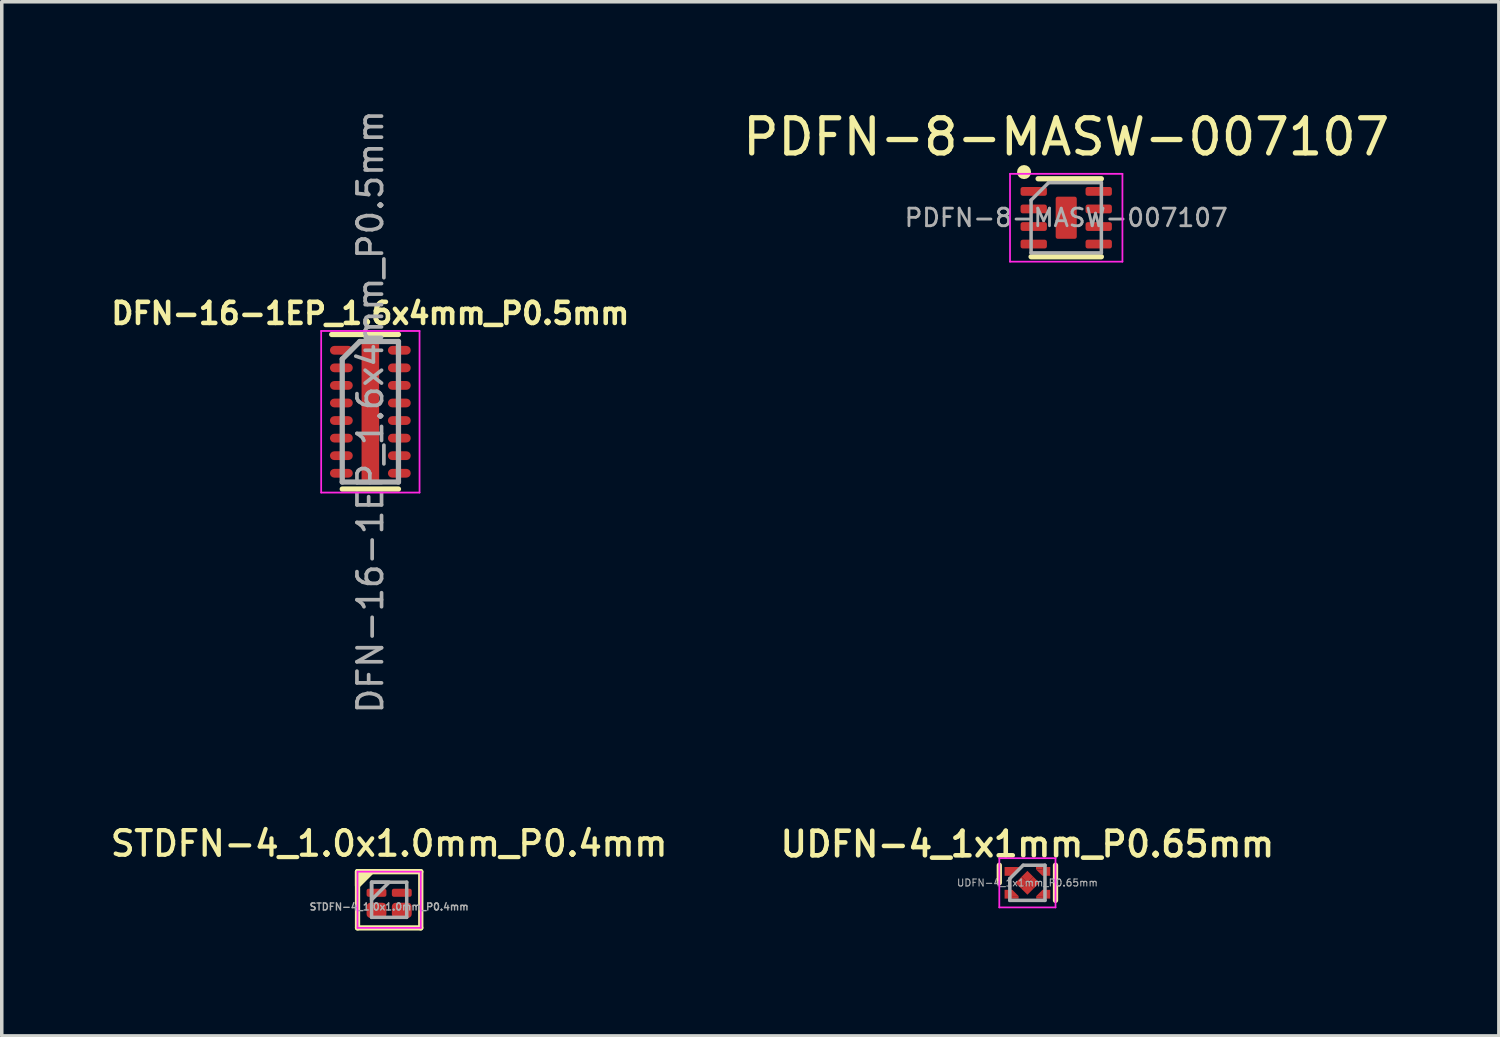
<source format=kicad_pcb>
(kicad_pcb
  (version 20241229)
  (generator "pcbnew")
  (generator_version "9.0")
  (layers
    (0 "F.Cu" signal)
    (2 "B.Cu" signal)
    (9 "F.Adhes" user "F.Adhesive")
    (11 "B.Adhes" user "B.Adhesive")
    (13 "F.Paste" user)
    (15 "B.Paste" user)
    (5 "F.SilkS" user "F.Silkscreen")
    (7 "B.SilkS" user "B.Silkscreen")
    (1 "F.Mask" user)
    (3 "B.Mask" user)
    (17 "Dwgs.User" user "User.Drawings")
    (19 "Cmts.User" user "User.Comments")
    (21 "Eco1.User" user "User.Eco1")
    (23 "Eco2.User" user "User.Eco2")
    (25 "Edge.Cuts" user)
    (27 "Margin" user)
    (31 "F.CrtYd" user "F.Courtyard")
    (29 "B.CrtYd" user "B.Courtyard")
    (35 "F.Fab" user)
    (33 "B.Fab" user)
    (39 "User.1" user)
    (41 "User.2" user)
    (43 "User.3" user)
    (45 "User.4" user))
  (footprint "STDFN-4_1.0x1.0mm_P0.4mm"
    (layer "F.Cu")
    (at 8.027 22.562)
    (property "Reference" "STDFN-4_1.0x1.0mm_P0.4mm" (at 0 -1.6 0) (unlocked yes) (layer "F.SilkS") (effects (font (size 0.7 0.7) (thickness 0.12))))
    (attr smd)
    (fp_line (start -0.9 -0.8) (end 0.9 -0.8) (stroke (width 0.15) (type solid)) (layer "F.SilkS"))
    (fp_line (start -0.9 0.8) (end -0.9 -0.8) (stroke (width 0.15) (type solid)) (layer "F.SilkS"))
    (fp_line (start 0.9 -0.8) (end 0.9 0.8) (stroke (width 0.15) (type solid)) (layer "F.SilkS"))
    (fp_line (start 0.9 0.8) (end -0.9 0.8) (stroke (width 0.15) (type solid)) (layer "F.SilkS"))
    (fp_poly (pts (xy -0.9 -0.4) (xy -0.9 -0.8) (xy -0.5 -0.8)) (stroke (width 0.15) (type solid)) (fill yes) (layer "F.SilkS"))
    (fp_line (start -0.9 -0.8) (end 0.9 -0.8) (stroke (width 0.05) (type solid)) (layer "F.CrtYd"))
    (fp_line (start -0.9 0.8) (end -0.9 -0.8) (stroke (width 0.05) (type solid)) (layer "F.CrtYd"))
    (fp_line (start 0.9 -0.8) (end 0.9 0.8) (stroke (width 0.05) (type solid)) (layer "F.CrtYd"))
    (fp_line (start 0.9 0.8) (end -0.9 0.8) (stroke (width 0.05) (type solid)) (layer "F.CrtYd"))
    (fp_line (start -0.5 -0.5) (end 0.5 -0.5) (stroke (width 0.1) (type solid)) (layer "F.Fab"))
    (fp_line (start -0.5 0.5) (end -0.5 -0.5) (stroke (width 0.1) (type solid)) (layer "F.Fab"))
    (fp_line (start 0.5 -0.5) (end 0.5 0.5) (stroke (width 0.1) (type solid)) (layer "F.Fab"))
    (fp_line (start 0.5 0.5) (end -0.5 0.5) (stroke (width 0.1) (type solid)) (layer "F.Fab"))
    (fp_poly (pts (xy -0.5 0) (xy -0.5 -0.5) (xy 0 -0.5)) (stroke (width 0.1) (type solid)) (fill no) (layer "F.Fab"))
    (fp_text user "${REFERENCE}" (at 0 0.2 0) (unlocked yes) (layer "F.Fab") (effects (font (size 0.2 0.2) (thickness 0.04))))
    (pad "1" smd roundrect (at -0.36 -0.2) (size 0.565 0.23) (layers "F.Cu" "F.Mask" "F.Paste") (roundrect_rratio 0.25))
    (pad "2" smd roundrect (at -0.36 0.3) (size 0.565 0.43) (layers "F.Cu" "F.Mask" "F.Paste") (roundrect_rratio 0.25))
    (pad "3" smd roundrect (at 0.36 0.3) (size 0.565 0.43) (layers "F.Cu" "F.Mask" "F.Paste") (roundrect_rratio 0.25))
    (pad "4" smd roundrect (at 0.36 -0.2) (size 0.565 0.23) (layers "F.Cu" "F.Mask" "F.Paste") (roundrect_rratio 0.25)))
  (footprint "DFN-16-1EP_1.6x4mm_P0.5mm"
    (layer "F.Cu")
    (at 7.492 8.671)
    (property "Reference" "DFN-16-1EP_1.6x4mm_P0.5mm" (at 0 -2.8 0) (layer "F.SilkS") (effects (font (size 0.6 0.6) (thickness 0.13))))
    (attr smd)
    (fp_line (start -1.1 -2.2) (end 0.8 -2.2) (stroke (width 0.15) (type solid)) (layer "F.SilkS"))
    (fp_line (start -0.8 2.2) (end 0.8 2.2) (stroke (width 0.15) (type solid)) (layer "F.SilkS"))
    (fp_line (start -1.4 -2.3) (end -1.4 2.3) (stroke (width 0.05) (type solid)) (layer "F.CrtYd"))
    (fp_line (start -1.4 -2.3) (end 1.4 -2.3) (stroke (width 0.05) (type solid)) (layer "F.CrtYd"))
    (fp_line (start -1.4 2.3) (end 1.4 2.3) (stroke (width 0.05) (type solid)) (layer "F.CrtYd"))
    (fp_line (start 1.4 -2.3) (end 1.4 2.3) (stroke (width 0.05) (type solid)) (layer "F.CrtYd"))
    (fp_line (start -0.8 -1.5) (end -0.3 -2) (stroke (width 0.15) (type solid)) (layer "F.Fab"))
    (fp_line (start -0.8 2) (end -0.8 -1.5) (stroke (width 0.15) (type solid)) (layer "F.Fab"))
    (fp_line (start -0.3 -2) (end 0.8 -2) (stroke (width 0.15) (type solid)) (layer "F.Fab"))
    (fp_line (start 0.8 -2) (end 0.8 2) (stroke (width 0.15) (type solid)) (layer "F.Fab"))
    (fp_line (start 0.8 2) (end -0.8 2) (stroke (width 0.15) (type solid)) (layer "F.Fab"))
    (fp_text user "${REFERENCE}" (at 0 0 90) (layer "F.Fab") (effects (font (size 0.7 0.7) (thickness 0.105))))
    (pad "1" smd roundrect (at -0.825 -1.75) (size 0.65 0.25) (layers "F.Cu" "F.Mask" "F.Paste") (roundrect_rratio 0.5))
    (pad "2" smd roundrect (at -0.825 -1.25) (size 0.65 0.25) (layers "F.Cu" "F.Mask" "F.Paste") (roundrect_rratio 0.5))
    (pad "3" smd roundrect (at -0.825 -0.75) (size 0.65 0.25) (layers "F.Cu" "F.Mask" "F.Paste") (roundrect_rratio 0.5))
    (pad "4" smd roundrect (at -0.825 -0.25) (size 0.65 0.25) (layers "F.Cu" "F.Mask" "F.Paste") (roundrect_rratio 0.5))
    (pad "5" smd roundrect (at -0.825 0.25) (size 0.65 0.25) (layers "F.Cu" "F.Mask" "F.Paste") (roundrect_rratio 0.5))
    (pad "6" smd roundrect (at -0.825 0.75) (size 0.65 0.25) (layers "F.Cu" "F.Mask" "F.Paste") (roundrect_rratio 0.5))
    (pad "7" smd roundrect (at -0.825 1.25) (size 0.65 0.25) (layers "F.Cu" "F.Mask" "F.Paste") (roundrect_rratio 0.5))
    (pad "8" smd roundrect (at -0.825 1.75) (size 0.65 0.25) (layers "F.Cu" "F.Mask" "F.Paste") (roundrect_rratio 0.5))
    (pad "9" smd roundrect (at 0.825 1.75) (size 0.65 0.25) (layers "F.Cu" "F.Mask" "F.Paste") (roundrect_rratio 0.5))
    (pad "10" smd roundrect (at 0.825 1.25) (size 0.65 0.25) (layers "F.Cu" "F.Mask" "F.Paste") (roundrect_rratio 0.5))
    (pad "11" smd roundrect (at 0.825 0.75) (size 0.65 0.25) (layers "F.Cu" "F.Mask" "F.Paste") (roundrect_rratio 0.5))
    (pad "12" smd roundrect (at 0.825 0.25) (size 0.65 0.25) (layers "F.Cu" "F.Mask" "F.Paste") (roundrect_rratio 0.5))
    (pad "13" smd roundrect (at 0.825 -0.25) (size 0.65 0.25) (layers "F.Cu" "F.Mask" "F.Paste") (roundrect_rratio 0.5))
    (pad "14" smd roundrect (at 0.825 -0.75) (size 0.65 0.25) (layers "F.Cu" "F.Mask" "F.Paste") (roundrect_rratio 0.5))
    (pad "15" smd roundrect (at 0.825 -1.25) (size 0.65 0.25) (layers "F.Cu" "F.Mask" "F.Paste") (roundrect_rratio 0.5))
    (pad "16" smd roundrect (at 0.825 -1.75) (size 0.65 0.25) (layers "F.Cu" "F.Mask" "F.Paste") (roundrect_rratio 0.5))
    (pad "17" smd roundrect (at 0 0) (size 0.5 4.1) (layers "F.Cu" "F.Mask" "F.Paste") (roundrect_rratio 0.25)))
  (footprint "PDFN-8-MASW-007107"
    (layer "F.Cu")
    (at 27.3 3.148)
    (property "Reference" "PDFN-8-MASW-007107" (at 0 -2.3 0) (layer "F.SilkS") (effects (font (size 1 1) (thickness 0.15))))
    (attr smd)
    (fp_line (start -1 1.11) (end 1 1.11) (stroke (width 0.15) (type solid)) (layer "F.SilkS"))
    (fp_line (start -0.8 -1.11) (end 1 -1.11) (stroke (width 0.15) (type solid)) (layer "F.SilkS"))
    (fp_circle (center -1.2 -1.3) (end -1.1 -1.3) (stroke (width 0.2) (type solid)) (fill no) (layer "F.SilkS"))
    (fp_line (start -1.6 -1.25) (end -1.6 1.25) (stroke (width 0.05) (type solid)) (layer "F.CrtYd"))
    (fp_line (start -1.6 1.25) (end 1.6 1.25) (stroke (width 0.05) (type solid)) (layer "F.CrtYd"))
    (fp_line (start 1.6 -1.25) (end -1.6 -1.25) (stroke (width 0.05) (type solid)) (layer "F.CrtYd"))
    (fp_line (start 1.6 1.25) (end 1.6 -1.25) (stroke (width 0.05) (type solid)) (layer "F.CrtYd"))
    (fp_line (start -1 -0.5) (end -0.5 -1) (stroke (width 0.1) (type solid)) (layer "F.Fab"))
    (fp_line (start -1 1) (end -1 -0.5) (stroke (width 0.1) (type solid)) (layer "F.Fab"))
    (fp_line (start -0.5 -1) (end 1 -1) (stroke (width 0.1) (type solid)) (layer "F.Fab"))
    (fp_line (start 1 -1) (end 1 1) (stroke (width 0.1) (type solid)) (layer "F.Fab"))
    (fp_line (start 1 1) (end -1 1) (stroke (width 0.1) (type solid)) (layer "F.Fab"))
    (fp_text user "${REFERENCE}" (at 0 0 0) (layer "F.Fab") (effects (font (size 0.5 0.5) (thickness 0.08))))
    (pad "" smd roundrect (at 0 -0.3) (size 0.48 0.48) (layers "F.Paste") (roundrect_rratio 0.25))
    (pad "" smd roundrect (at 0 0.3) (size 0.48 0.48) (layers "F.Paste") (roundrect_rratio 0.25))
    (pad "1" smd roundrect (at -0.925 -0.75) (size 0.75 0.25) (layers "F.Cu" "F.Mask" "F.Paste") (roundrect_rratio 0.25))
    (pad "2" smd roundrect (at -0.925 -0.25) (size 0.75 0.25) (layers "F.Cu" "F.Mask" "F.Paste") (roundrect_rratio 0.25))
    (pad "3" smd roundrect (at -0.925 0.25) (size 0.75 0.25) (layers "F.Cu" "F.Mask" "F.Paste") (roundrect_rratio 0.25))
    (pad "4" smd roundrect (at -0.925 0.75) (size 0.75 0.25) (layers "F.Cu" "F.Mask" "F.Paste") (roundrect_rratio 0.25))
    (pad "5" smd roundrect (at 0.925 0.75) (size 0.75 0.25) (layers "F.Cu" "F.Mask" "F.Paste") (roundrect_rratio 0.25))
    (pad "6" smd roundrect (at 0.925 0.25) (size 0.75 0.25) (layers "F.Cu" "F.Mask" "F.Paste") (roundrect_rratio 0.25))
    (pad "7" smd roundrect (at 0.925 -0.25) (size 0.75 0.25) (layers "F.Cu" "F.Mask" "F.Paste") (roundrect_rratio 0.25))
    (pad "8" smd roundrect (at 0.925 -0.75) (size 0.75 0.25) (layers "F.Cu" "F.Mask" "F.Paste") (roundrect_rratio 0.25))
    (pad "9" smd roundrect (at 0 0) (size 0.6 1.2) (layers "F.Cu" "F.Mask") (roundrect_rratio 0.1)))
  (footprint "UDFN-4_1x1mm_P0.65mm"
    (layer "F.Cu")
    (at 26.195 22.079)
    (property "Reference" "UDFN-4_1x1mm_P0.65mm" (at 0 -1.1 0) (layer "F.SilkS") (effects (font (size 0.7 0.7) (thickness 0.13))))
    (attr smd)
    (fp_line (start -0.8 -0.5) (end -0.8 0) (stroke (width 0.15) (type solid)) (layer "F.SilkS"))
    (fp_line (start 0.8 -0.5) (end 0.8 0.5) (stroke (width 0.15) (type solid)) (layer "F.SilkS"))
    (fp_line (start -0.8 -0.7) (end 0.8 -0.7) (stroke (width 0.05) (type solid)) (layer "F.CrtYd"))
    (fp_line (start -0.8 0.7) (end -0.8 -0.7) (stroke (width 0.05) (type solid)) (layer "F.CrtYd"))
    (fp_line (start 0.8 -0.7) (end 0.8 0.7) (stroke (width 0.05) (type solid)) (layer "F.CrtYd"))
    (fp_line (start 0.8 0.7) (end -0.8 0.7) (stroke (width 0.05) (type solid)) (layer "F.CrtYd"))
    (fp_line (start -0.5 0.5) (end -0.5 -0.12) (stroke (width 0.1) (type solid)) (layer "F.Fab"))
    (fp_line (start -0.12 -0.5) (end -0.5 -0.12) (stroke (width 0.1) (type solid)) (layer "F.Fab"))
    (fp_line (start -0.12 -0.5) (end 0.5 -0.5) (stroke (width 0.1) (type solid)) (layer "F.Fab"))
    (fp_line (start 0.5 -0.5) (end 0.5 0.5) (stroke (width 0.1) (type solid)) (layer "F.Fab"))
    (fp_line (start 0.5 0.5) (end -0.5 0.5) (stroke (width 0.1) (type solid)) (layer "F.Fab"))
    (fp_text user "${REFERENCE}" (at 0 0 0) (layer "F.Fab") (effects (font (size 0.2 0.2) (thickness 0.03))))
    (pad "1" smd rect (at -0.54 -0.325 270) (size 0.25 0.22) (layers "F.Cu" "F.Mask" "F.Paste"))
    (pad "1" smd trapezoid (at -0.43 -0.3 180) (size 0.2 0.2) (rect_delta 0 0.2) (layers "F.Cu" "F.Mask" "F.Paste"))
    (pad "1" smd trapezoid (at -0.38 -0.35 180) (size 0.2 0.2) (rect_delta 0 0.2) (layers "F.Cu" "F.Mask" "F.Paste"))
    (pad "2" smd rect (at -0.54 0.325 270) (size 0.25 0.22) (layers "F.Cu" "F.Mask" "F.Paste"))
    (pad "2" smd trapezoid (at -0.43 0.29 90) (size 0.18 0.18) (rect_delta 0.18 0) (layers "F.Cu" "F.Mask" "F.Paste"))
    (pad "2" smd rect (at -0.345 0.415 90) (size 0.07 0.19) (layers "F.Cu" "F.Mask" "F.Paste"))
    (pad "3" smd rect (at 0.345 0.415 90) (size 0.07 0.19) (layers "F.Cu" "F.Mask" "F.Paste"))
    (pad "3" smd trapezoid (at 0.43 0.29) (size 0.18 0.18) (rect_delta 0 0.18) (layers "F.Cu" "F.Mask" "F.Paste"))
    (pad "3" smd rect (at 0.54 0.325 270) (size 0.25 0.22) (layers "F.Cu" "F.Mask" "F.Paste"))
    (pad "4" smd rect (at 0.34 -0.415 90) (size 0.07 0.19) (layers "F.Cu" "F.Mask" "F.Paste"))
    (pad "4" smd trapezoid (at 0.425 -0.29 270) (size 0.18 0.18) (rect_delta 0.18 0) (layers "F.Cu" "F.Mask" "F.Paste"))
    (pad "4" smd rect (at 0.54 -0.325 270) (size 0.25 0.22) (layers "F.Cu" "F.Mask" "F.Paste"))
    (pad "5" smd rect (at -0.17 0 315) (size 0.24 0.24) (layers "F.Cu" "F.Mask" "F.Paste"))
    (pad "5" smd rect (at 0 -0.17 315) (size 0.24 0.24) (layers "F.Cu" "F.Mask" "F.Paste"))
    (pad "5" smd rect (at 0 0.17 315) (size 0.24 0.24) (layers "F.Cu" "F.Mask" "F.Paste"))
    (pad "5" smd rect (at 0.17 0 315) (size 0.24 0.24) (layers "F.Cu" "F.Mask" "F.Paste")))
  (gr_rect
    (start -3 -3)
    (end 39.615 26.437)
    (stroke (width 0.1) (type default))
    (fill no)
    (layer "Edge.Cuts")))
</source>
